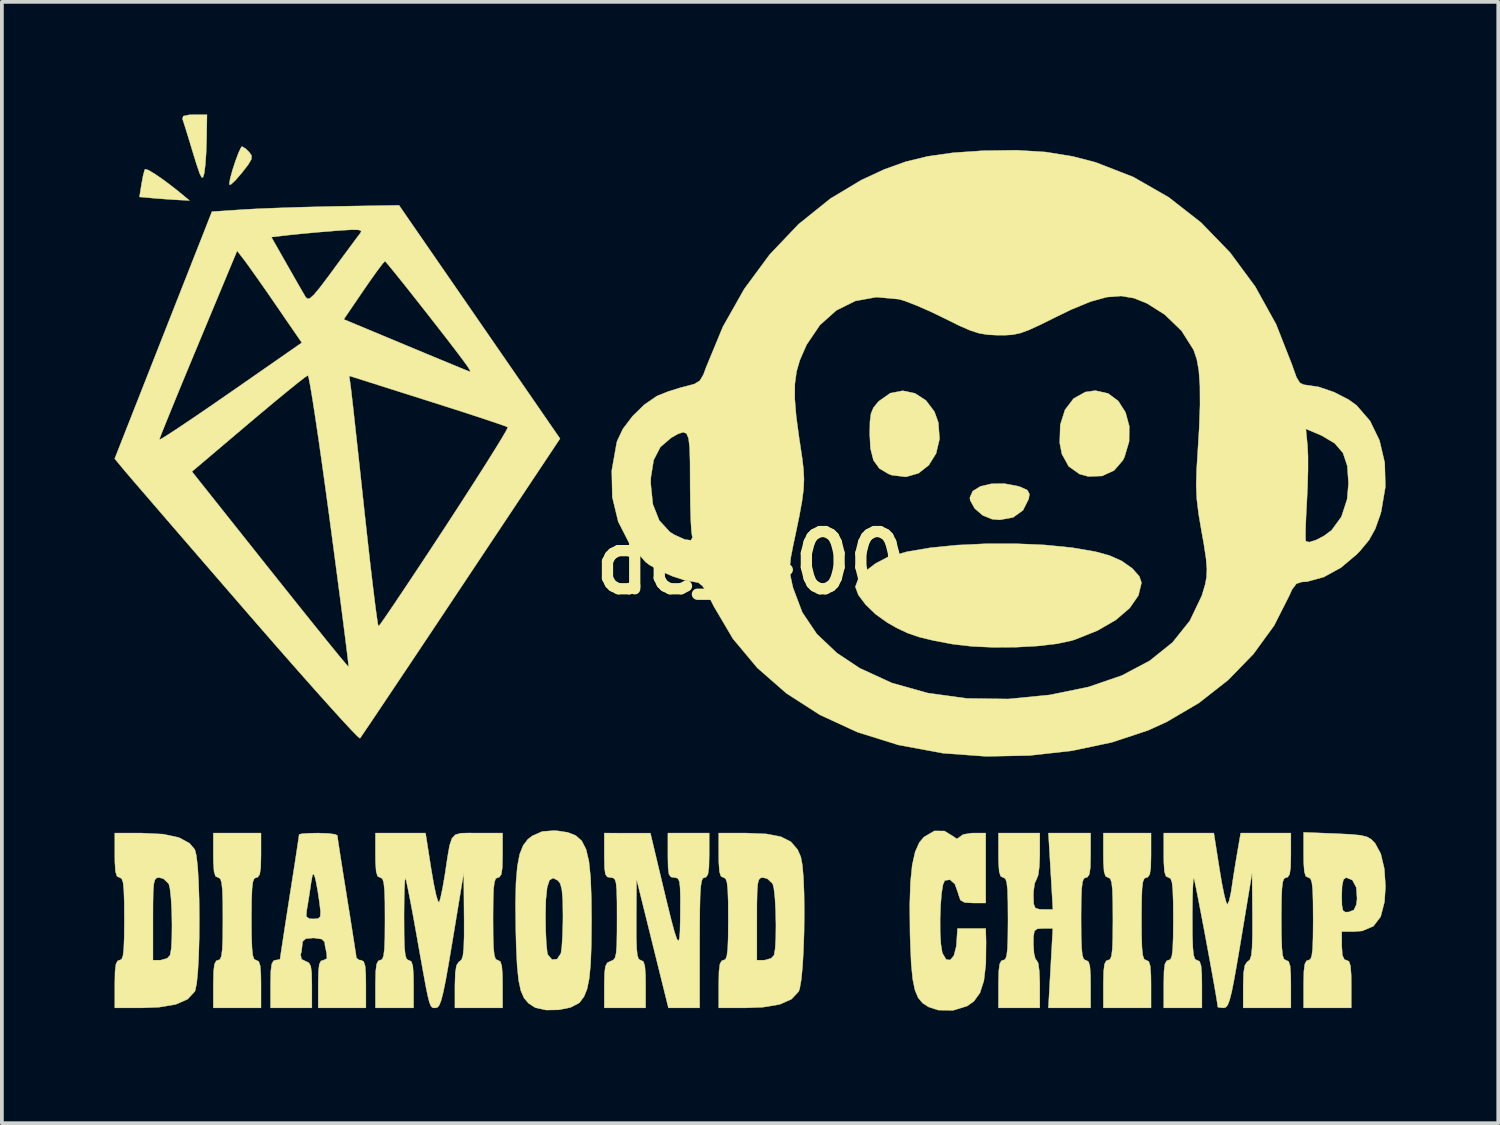
<source format=kicad_pcb>
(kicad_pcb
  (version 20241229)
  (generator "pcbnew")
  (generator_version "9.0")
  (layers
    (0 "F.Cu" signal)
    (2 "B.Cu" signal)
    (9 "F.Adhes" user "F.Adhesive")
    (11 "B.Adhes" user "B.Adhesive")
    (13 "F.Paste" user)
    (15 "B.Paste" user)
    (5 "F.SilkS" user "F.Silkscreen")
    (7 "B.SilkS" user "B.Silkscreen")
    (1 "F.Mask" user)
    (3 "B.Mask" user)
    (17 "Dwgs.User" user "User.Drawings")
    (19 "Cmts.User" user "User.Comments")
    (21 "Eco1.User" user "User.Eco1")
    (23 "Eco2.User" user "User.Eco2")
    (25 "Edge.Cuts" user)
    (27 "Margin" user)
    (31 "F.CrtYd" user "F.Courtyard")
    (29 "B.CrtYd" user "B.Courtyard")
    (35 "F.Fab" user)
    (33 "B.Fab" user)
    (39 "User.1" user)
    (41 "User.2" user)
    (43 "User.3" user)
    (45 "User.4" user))
  (footprint "dc_400"
    (layer "F.Cu")
    (at 16.941 11.943)
    (property "Reference" "dc_400" (at 0 0 0) (layer "F.SilkS") (effects (font (size 1.524 1.524) (thickness 0.3))))
    (attr through_hole)
    (fp_poly (pts (xy -16.04 -10.463) (xy -15.855 -10.352) (xy -15.603 -10.177) (xy -15.315 -9.957) (xy -15.198 -9.862) (xy -14.944 -9.653) (xy -15.24 -9.667) (xy -15.524 -9.685) (xy -15.847 -9.709) (xy -15.906 -9.714) (xy -16.276 -9.747) (xy -16.22 -10.099) (xy -16.177 -10.325) (xy -16.137 -10.468) (xy -16.127 -10.487) (xy -16.04 -10.463)) (stroke (width 0.01) (type solid)) (fill yes) (layer "F.SilkS"))
    (fp_poly (pts (xy -13.45 -11.035) (xy -13.355 -10.943) (xy -13.291 -10.851) (xy -13.295 -10.752) (xy -13.38 -10.607) (xy -13.554 -10.383) (xy -13.723 -10.188) (xy -13.842 -10.079) (xy -13.885 -10.079) (xy -13.861 -10.232) (xy -13.799 -10.46) (xy -13.717 -10.711) (xy -13.634 -10.932) (xy -13.567 -11.07) (xy -13.544 -11.091) (xy -13.45 -11.035)) (stroke (width 0.01) (type solid)) (fill yes) (layer "F.SilkS"))
    (fp_poly (pts (xy 7.12 -2.044) (xy 7.191 -2.021) (xy 7.373 -1.939) (xy 7.429 -1.834) (xy 7.41 -1.704) (xy 7.258 -1.401) (xy 6.994 -1.211) (xy 6.638 -1.146) (xy 6.435 -1.164) (xy 6.183 -1.266) (xy 5.971 -1.449) (xy 5.852 -1.664) (xy 5.842 -1.737) (xy 5.918 -1.911) (xy 6.121 -2.037) (xy 6.414 -2.107) (xy 6.759 -2.112) (xy 7.12 -2.044)) (stroke (width 0.01) (type solid)) (fill yes) (layer "F.SilkS"))
    (fp_poly (pts (xy -14.488 -11.282) (xy -14.5 -10.927) (xy -14.522 -10.607) (xy -14.55 -10.385) (xy -14.553 -10.372) (xy -14.583 -10.273) (xy -14.619 -10.267) (xy -14.672 -10.371) (xy -14.752 -10.605) (xy -14.848 -10.916) (xy -14.955 -11.269) (xy -15.047 -11.568) (xy -15.111 -11.769) (xy -15.131 -11.826) (xy -15.109 -11.901) (xy -14.954 -11.934) (xy -14.826 -11.938) (xy -14.478 -11.938) (xy -14.488 -11.282)) (stroke (width 0.01) (type solid)) (fill yes) (layer "F.SilkS"))
    (fp_poly (pts (xy 9.524 -4.514) (xy 9.797 -4.31) (xy 9.989 -4.008) (xy 10.089 -3.639) (xy 10.084 -3.233) (xy 9.962 -2.821) (xy 9.919 -2.733) (xy 9.686 -2.463) (xy 9.365 -2.315) (xy 8.997 -2.301) (xy 8.763 -2.366) (xy 8.474 -2.571) (xy 8.293 -2.901) (xy 8.236 -3.195) (xy 8.25 -3.678) (xy 8.377 -4.078) (xy 8.604 -4.376) (xy 8.917 -4.551) (xy 9.183 -4.589) (xy 9.524 -4.514)) (stroke (width 0.01) (type solid)) (fill yes) (layer "F.SilkS"))
    (fp_poly (pts (xy 4.382 -4.516) (xy 4.674 -4.326) (xy 4.899 -4.028) (xy 5.002 -3.741) (xy 5.035 -3.302) (xy 4.943 -2.915) (xy 4.749 -2.603) (xy 4.474 -2.387) (xy 4.139 -2.291) (xy 3.765 -2.336) (xy 3.683 -2.366) (xy 3.433 -2.514) (xy 3.275 -2.732) (xy 3.194 -3.052) (xy 3.175 -3.432) (xy 3.181 -3.763) (xy 3.209 -3.978) (xy 3.273 -4.132) (xy 3.39 -4.277) (xy 3.424 -4.312) (xy 3.723 -4.521) (xy 4.054 -4.585) (xy 4.382 -4.516)) (stroke (width 0.01) (type solid)) (fill yes) (layer "F.SilkS"))
    (fp_poly (pts (xy 7.847 -0.477) (xy 8.562 -0.406) (xy 9.183 -0.3) (xy 9.564 -0.196) (xy 9.893 -0.048) (xy 10.17 0.148) (xy 10.356 0.358) (xy 10.414 0.528) (xy 10.332 0.869) (xy 10.098 1.205) (xy 9.729 1.521) (xy 9.24 1.804) (xy 8.65 2.04) (xy 8.551 2.071) (xy 8.159 2.155) (xy 7.649 2.214) (xy 7.069 2.246) (xy 6.469 2.25) (xy 5.897 2.224) (xy 5.403 2.167) (xy 5.376 2.163) (xy 4.877 2.069) (xy 4.496 1.977) (xy 4.186 1.871) (xy 3.896 1.734) (xy 3.642 1.589) (xy 3.33 1.366) (xy 3.063 1.108) (xy 2.873 0.855) (xy 2.794 0.643) (xy 2.794 0.629) (xy 2.866 0.44) (xy 3.057 0.225) (xy 3.325 0.019) (xy 3.633 -0.143) (xy 3.672 -0.158) (xy 4.17 -0.298) (xy 4.796 -0.404) (xy 5.513 -0.475) (xy 6.286 -0.511) (xy 7.076 -0.511) (xy 7.847 -0.477)) (stroke (width 0.01) (type solid)) (fill yes) (layer "F.SilkS"))
    (fp_poly (pts (xy -13.039 7.789) (xy -13.046 8.111) (xy -13.073 8.296) (xy -13.126 8.373) (xy -13.166 8.382) (xy -13.219 8.407) (xy -13.255 8.497) (xy -13.277 8.678) (xy -13.289 8.975) (xy -13.293 9.413) (xy -13.293 9.483) (xy -13.29 9.941) (xy -13.279 10.255) (xy -13.259 10.45) (xy -13.224 10.551) (xy -13.174 10.583) (xy -13.166 10.583) (xy -13.099 10.617) (xy -13.059 10.737) (xy -13.042 10.975) (xy -13.039 11.218) (xy -13.039 11.853) (xy -14.309 11.853) (xy -14.309 11.218) (xy -14.302 10.883) (xy -14.278 10.687) (xy -14.23 10.598) (xy -14.182 10.583) (xy -14.129 10.559) (xy -14.093 10.469) (xy -14.07 10.287) (xy -14.058 9.99) (xy -14.055 9.553) (xy -14.055 9.483) (xy -14.057 9.024) (xy -14.068 8.71) (xy -14.089 8.515) (xy -14.123 8.414) (xy -14.174 8.382) (xy -14.182 8.382) (xy -14.251 8.347) (xy -14.29 8.222) (xy -14.307 7.975) (xy -14.309 7.789) (xy -14.309 7.197) (xy -13.039 7.197) (xy -13.039 7.789)) (stroke (width 0.01) (type solid)) (fill yes) (layer "F.SilkS"))
    (fp_poly (pts (xy 10.668 7.789) (xy 10.661 8.111) (xy 10.634 8.296) (xy 10.581 8.373) (xy 10.541 8.382) (xy 10.488 8.407) (xy 10.452 8.497) (xy 10.429 8.678) (xy 10.418 8.975) (xy 10.414 9.413) (xy 10.414 9.483) (xy 10.417 9.941) (xy 10.427 10.255) (xy 10.448 10.45) (xy 10.482 10.551) (xy 10.533 10.583) (xy 10.541 10.583) (xy 10.608 10.617) (xy 10.647 10.737) (xy 10.665 10.975) (xy 10.668 11.218) (xy 10.668 11.853) (xy 9.398 11.853) (xy 9.398 11.218) (xy 9.405 10.883) (xy 9.429 10.687) (xy 9.476 10.598) (xy 9.525 10.583) (xy 9.578 10.559) (xy 9.614 10.469) (xy 9.637 10.287) (xy 9.648 9.99) (xy 9.652 9.553) (xy 9.652 9.483) (xy 9.649 9.024) (xy 9.639 8.71) (xy 9.618 8.515) (xy 9.584 8.414) (xy 9.533 8.382) (xy 9.525 8.382) (xy 9.456 8.347) (xy 9.417 8.222) (xy 9.4 7.975) (xy 9.398 7.789) (xy 9.398 7.197) (xy 10.668 7.197) (xy 10.668 7.789)) (stroke (width 0.01) (type solid)) (fill yes) (layer "F.SilkS"))
    (fp_poly (pts (xy 5.165 7.142) (xy 5.361 7.26) (xy 5.496 7.351) (xy 5.563 7.308) (xy 5.565 7.303) (xy 5.668 7.233) (xy 5.88 7.198) (xy 5.934 7.197) (xy 6.265 7.197) (xy 6.265 9.059) (xy 5.925 9.059) (xy 5.702 9.046) (xy 5.592 8.984) (xy 5.539 8.835) (xy 5.533 8.807) (xy 5.443 8.555) (xy 5.311 8.438) (xy 5.174 8.461) (xy 5.126 8.571) (xy 5.088 8.807) (xy 5.063 9.126) (xy 5.05 9.486) (xy 5.052 9.842) (xy 5.07 10.152) (xy 5.106 10.374) (xy 5.113 10.398) (xy 5.21 10.563) (xy 5.318 10.578) (xy 5.416 10.461) (xy 5.478 10.225) (xy 5.487 10.138) (xy 5.513 9.737) (xy 6.265 9.737) (xy 6.274 10.097) (xy 6.268 10.684) (xy 6.216 11.129) (xy 6.111 11.454) (xy 5.948 11.68) (xy 5.768 11.805) (xy 5.393 11.92) (xy 4.997 11.912) (xy 4.741 11.828) (xy 4.584 11.726) (xy 4.465 11.584) (xy 4.379 11.377) (xy 4.319 11.083) (xy 4.28 10.678) (xy 4.256 10.137) (xy 4.248 9.864) (xy 4.241 9.113) (xy 4.26 8.512) (xy 4.307 8.046) (xy 4.385 7.697) (xy 4.496 7.448) (xy 4.618 7.303) (xy 4.897 7.139) (xy 5.165 7.142)) (stroke (width 0.01) (type solid)) (fill yes) (layer "F.SilkS"))
    (fp_poly (pts (xy -5.143 7.137) (xy -4.87 7.178) (xy -4.657 7.261) (xy -4.496 7.403) (xy -4.382 7.625) (xy -4.305 7.945) (xy -4.26 8.381) (xy -4.239 8.952) (xy -4.234 9.525) (xy -4.24 10.178) (xy -4.259 10.685) (xy -4.296 11.068) (xy -4.353 11.349) (xy -4.434 11.551) (xy -4.542 11.697) (xy -4.572 11.726) (xy -4.795 11.842) (xy -5.109 11.905) (xy -5.441 11.911) (xy -5.719 11.851) (xy -5.757 11.833) (xy -5.913 11.731) (xy -6.031 11.594) (xy -6.117 11.399) (xy -6.177 11.123) (xy -6.216 10.741) (xy -6.241 10.23) (xy -6.252 9.779) (xy -6.256 9.423) (xy -5.461 9.423) (xy -5.455 9.803) (xy -5.44 10.13) (xy -5.417 10.359) (xy -5.4 10.435) (xy -5.287 10.566) (xy -5.152 10.554) (xy -5.052 10.403) (xy -5.049 10.393) (xy -5.026 10.227) (xy -5.009 9.94) (xy -4.998 9.582) (xy -4.996 9.387) (xy -5.002 8.978) (xy -5.025 8.708) (xy -5.067 8.544) (xy -5.126 8.464) (xy -5.258 8.395) (xy -5.354 8.45) (xy -5.417 8.64) (xy -5.452 8.977) (xy -5.461 9.423) (xy -6.256 9.423) (xy -6.26 9.072) (xy -6.247 8.513) (xy -6.211 8.083) (xy -6.149 7.76) (xy -6.056 7.526) (xy -5.93 7.361) (xy -5.813 7.271) (xy -5.55 7.155) (xy -5.236 7.131) (xy -5.143 7.137)) (stroke (width 0.01) (type solid)) (fill yes) (layer "F.SilkS"))
    (fp_poly (pts (xy -15.647 7.225) (xy -15.229 7.314) (xy -14.942 7.468) (xy -14.802 7.634) (xy -14.76 7.796) (xy -14.726 8.094) (xy -14.702 8.494) (xy -14.687 8.965) (xy -14.682 9.472) (xy -14.685 9.982) (xy -14.698 10.463) (xy -14.721 10.881) (xy -14.752 11.202) (xy -14.793 11.395) (xy -14.802 11.416) (xy -14.996 11.623) (xy -15.311 11.761) (xy -15.761 11.836) (xy -16.211 11.853) (xy -16.933 11.853) (xy -16.933 11.218) (xy -16.927 10.883) (xy -16.903 10.687) (xy -16.855 10.598) (xy -16.806 10.583) (xy -16.753 10.559) (xy -16.717 10.469) (xy -16.695 10.287) (xy -16.683 9.99) (xy -16.679 9.553) (xy -16.679 9.483) (xy -15.917 9.483) (xy -15.917 10.583) (xy -15.715 10.583) (xy -15.538 10.533) (xy -15.461 10.449) (xy -15.43 10.278) (xy -15.414 9.992) (xy -15.41 9.64) (xy -15.417 9.271) (xy -15.436 8.931) (xy -15.465 8.671) (xy -15.497 8.546) (xy -15.637 8.413) (xy -15.751 8.382) (xy -15.819 8.392) (xy -15.865 8.44) (xy -15.894 8.553) (xy -15.91 8.757) (xy -15.916 9.08) (xy -15.917 9.483) (xy -16.679 9.483) (xy -16.682 9.024) (xy -16.693 8.71) (xy -16.713 8.515) (xy -16.748 8.414) (xy -16.798 8.382) (xy -16.806 8.382) (xy -16.875 8.347) (xy -16.915 8.222) (xy -16.931 7.975) (xy -16.933 7.789) (xy -16.933 7.197) (xy -16.211 7.197) (xy -15.647 7.225)) (stroke (width 0.01) (type solid)) (fill yes) (layer "F.SilkS"))
    (fp_poly (pts (xy -0.106 7.197) (xy 0.419 7.219) (xy 0.805 7.292) (xy 1.075 7.428) (xy 1.254 7.636) (xy 1.34 7.832) (xy 1.381 8.049) (xy 1.41 8.39) (xy 1.427 8.82) (xy 1.432 9.305) (xy 1.427 9.811) (xy 1.411 10.302) (xy 1.386 10.745) (xy 1.351 11.105) (xy 1.308 11.348) (xy 1.283 11.416) (xy 1.09 11.622) (xy 0.776 11.761) (xy 0.326 11.836) (xy -0.124 11.853) (xy -0.847 11.853) (xy -0.847 11.218) (xy -0.84 10.883) (xy -0.816 10.687) (xy -0.768 10.598) (xy -0.72 10.583) (xy -0.667 10.559) (xy -0.631 10.469) (xy -0.608 10.287) (xy -0.596 9.99) (xy -0.593 9.553) (xy -0.593 9.483) (xy 0.169 9.483) (xy 0.169 10.583) (xy 0.372 10.583) (xy 0.549 10.533) (xy 0.626 10.449) (xy 0.656 10.278) (xy 0.673 9.992) (xy 0.677 9.64) (xy 0.669 9.271) (xy 0.651 8.931) (xy 0.622 8.671) (xy 0.59 8.546) (xy 0.449 8.413) (xy 0.336 8.382) (xy 0.268 8.392) (xy 0.221 8.44) (xy 0.192 8.553) (xy 0.177 8.757) (xy 0.17 9.08) (xy 0.169 9.483) (xy -0.593 9.483) (xy -0.595 9.024) (xy -0.606 8.71) (xy -0.627 8.515) (xy -0.661 8.414) (xy -0.712 8.382) (xy -0.72 8.382) (xy -0.789 8.347) (xy -0.828 8.222) (xy -0.845 7.975) (xy -0.847 7.789) (xy -0.847 7.197) (xy -0.106 7.197)) (stroke (width 0.01) (type solid)) (fill yes) (layer "F.SilkS"))
    (fp_poly (pts (xy 15.589 7.211) (xy 15.983 7.23) (xy 16.245 7.255) (xy 16.415 7.295) (xy 16.53 7.36) (xy 16.628 7.458) (xy 16.635 7.466) (xy 16.787 7.747) (xy 16.882 8.146) (xy 16.913 8.62) (xy 16.886 9.031) (xy 16.785 9.423) (xy 16.592 9.677) (xy 16.295 9.803) (xy 16.075 9.821) (xy 15.748 9.821) (xy 15.748 10.202) (xy 15.765 10.453) (xy 15.821 10.568) (xy 15.875 10.583) (xy 15.942 10.617) (xy 15.981 10.737) (xy 15.999 10.975) (xy 16.002 11.218) (xy 16.002 11.853) (xy 14.732 11.853) (xy 14.732 11.218) (xy 14.739 10.883) (xy 14.763 10.687) (xy 14.81 10.598) (xy 14.859 10.583) (xy 14.912 10.559) (xy 14.948 10.469) (xy 14.971 10.287) (xy 14.982 9.99) (xy 14.986 9.553) (xy 14.986 9.483) (xy 14.983 9.024) (xy 14.978 8.854) (xy 15.748 8.854) (xy 15.753 9.121) (xy 15.78 9.259) (xy 15.845 9.303) (xy 15.938 9.298) (xy 16.071 9.245) (xy 16.136 9.103) (xy 16.156 8.948) (xy 16.136 8.646) (xy 16.03 8.448) (xy 15.865 8.382) (xy 15.793 8.435) (xy 15.756 8.612) (xy 15.748 8.854) (xy 14.978 8.854) (xy 14.973 8.71) (xy 14.952 8.515) (xy 14.918 8.414) (xy 14.867 8.382) (xy 14.859 8.382) (xy 14.79 8.348) (xy 14.751 8.223) (xy 14.734 7.979) (xy 14.732 7.779) (xy 14.732 7.177) (xy 15.589 7.211)) (stroke (width 0.01) (type solid)) (fill yes) (layer "F.SilkS"))
    (fp_poly (pts (xy -1.101 7.789) (xy -1.108 8.111) (xy -1.135 8.296) (xy -1.188 8.373) (xy -1.228 8.382) (xy -1.271 8.402) (xy -1.303 8.477) (xy -1.326 8.627) (xy -1.342 8.873) (xy -1.35 9.234) (xy -1.354 9.731) (xy -1.355 10.118) (xy -1.355 11.853) (xy -2.187 11.853) (xy -3.036 8.424) (xy -3.042 9.504) (xy -3.042 9.957) (xy -3.033 10.266) (xy -3.013 10.456) (xy -2.978 10.554) (xy -2.927 10.583) (xy -2.921 10.583) (xy -2.854 10.617) (xy -2.815 10.737) (xy -2.797 10.975) (xy -2.794 11.218) (xy -2.794 11.853) (xy -3.895 11.853) (xy -3.895 11.253) (xy -3.889 10.935) (xy -3.866 10.747) (xy -3.815 10.651) (xy -3.726 10.608) (xy -3.725 10.608) (xy -3.656 10.579) (xy -3.608 10.516) (xy -3.579 10.39) (xy -3.563 10.174) (xy -3.557 9.839) (xy -3.556 9.473) (xy -3.557 9.026) (xy -3.565 8.721) (xy -3.582 8.531) (xy -3.613 8.43) (xy -3.663 8.389) (xy -3.725 8.382) (xy -3.814 8.366) (xy -3.865 8.294) (xy -3.889 8.129) (xy -3.895 7.837) (xy -3.895 7.789) (xy -3.895 7.197) (xy -3.281 7.198) (xy -2.667 7.198) (xy -2.38 8.404) (xy -2.229 9.035) (xy -2.112 9.509) (xy -2.024 9.835) (xy -1.961 10.02) (xy -1.919 10.072) (xy -1.893 10) (xy -1.879 9.811) (xy -1.873 9.514) (xy -1.871 9.335) (xy -1.869 8.922) (xy -1.876 8.649) (xy -1.895 8.488) (xy -1.933 8.409) (xy -1.994 8.384) (xy -2.032 8.382) (xy -2.121 8.366) (xy -2.172 8.294) (xy -2.195 8.129) (xy -2.201 7.837) (xy -2.201 7.789) (xy -2.201 7.197) (xy -1.101 7.197) (xy -1.101 7.789)) (stroke (width 0.01) (type solid)) (fill yes) (layer "F.SilkS"))
    (fp_poly (pts (xy 7.705 7.784) (xy 7.693 8.085) (xy 7.663 8.314) (xy 7.621 8.423) (xy 7.62 8.424) (xy 7.569 8.534) (xy 7.539 8.749) (xy 7.535 8.853) (xy 7.543 9.085) (xy 7.587 9.194) (xy 7.698 9.227) (xy 7.794 9.229) (xy 8.054 9.229) (xy 7.935 7.197) (xy 9.059 7.197) (xy 9.059 7.789) (xy 9.052 8.111) (xy 9.025 8.296) (xy 8.972 8.373) (xy 8.932 8.382) (xy 8.879 8.407) (xy 8.843 8.497) (xy 8.821 8.678) (xy 8.809 8.975) (xy 8.805 9.413) (xy 8.805 9.483) (xy 8.808 9.941) (xy 8.819 10.255) (xy 8.839 10.45) (xy 8.874 10.551) (xy 8.924 10.583) (xy 8.932 10.583) (xy 8.999 10.617) (xy 9.039 10.737) (xy 9.056 10.975) (xy 9.059 11.218) (xy 9.059 11.853) (xy 7.934 11.853) (xy 7.993 10.795) (xy 8.052 9.737) (xy 7.793 9.737) (xy 7.641 9.746) (xy 7.564 9.802) (xy 7.538 9.948) (xy 7.535 10.16) (xy 7.551 10.401) (xy 7.59 10.555) (xy 7.62 10.583) (xy 7.663 10.662) (xy 7.692 10.875) (xy 7.705 11.189) (xy 7.705 11.218) (xy 7.705 11.853) (xy 6.604 11.853) (xy 6.604 11.218) (xy 6.611 10.883) (xy 6.635 10.687) (xy 6.682 10.598) (xy 6.731 10.583) (xy 6.784 10.559) (xy 6.82 10.469) (xy 6.843 10.287) (xy 6.854 9.99) (xy 6.858 9.553) (xy 6.858 9.483) (xy 6.855 9.024) (xy 6.845 8.71) (xy 6.824 8.515) (xy 6.79 8.414) (xy 6.739 8.382) (xy 6.731 8.382) (xy 6.662 8.347) (xy 6.623 8.222) (xy 6.606 7.975) (xy 6.604 7.789) (xy 6.604 7.197) (xy 7.705 7.197) (xy 7.705 7.784)) (stroke (width 0.01) (type solid)) (fill yes) (layer "F.SilkS"))
    (fp_poly (pts (xy -11.247 7.206) (xy -11.062 7.231) (xy -11.006 7.26) (xy -10.993 7.36) (xy -10.957 7.6) (xy -10.902 7.952) (xy -10.833 8.39) (xy -10.753 8.886) (xy -10.753 8.89) (xy -10.673 9.386) (xy -10.604 9.825) (xy -10.549 10.178) (xy -10.512 10.419) (xy -10.499 10.52) (xy -10.499 10.52) (xy -10.43 10.576) (xy -10.372 10.583) (xy -10.305 10.617) (xy -10.265 10.737) (xy -10.248 10.975) (xy -10.245 11.218) (xy -10.245 11.853) (xy -11.515 11.853) (xy -11.515 11.218) (xy -11.509 10.888) (xy -11.487 10.693) (xy -11.442 10.603) (xy -11.378 10.583) (xy -11.282 10.539) (xy -11.292 10.393) (xy -11.334 10.196) (xy -11.344 10.097) (xy -11.422 10.021) (xy -11.629 9.991) (xy -11.642 9.991) (xy -11.847 10.01) (xy -11.929 10.085) (xy -11.938 10.153) (xy -11.962 10.358) (xy -11.985 10.438) (xy -11.958 10.557) (xy -11.858 10.607) (xy -11.766 10.649) (xy -11.714 10.741) (xy -11.69 10.921) (xy -11.684 11.23) (xy -11.684 11.253) (xy -11.684 11.853) (xy -12.785 11.853) (xy -12.785 11.218) (xy -12.778 10.883) (xy -12.754 10.687) (xy -12.706 10.598) (xy -12.658 10.583) (xy -12.545 10.563) (xy -12.531 10.547) (xy -12.518 10.456) (xy -12.483 10.224) (xy -12.43 9.877) (xy -12.363 9.441) (xy -12.359 9.417) (xy -11.834 9.417) (xy -11.754 9.477) (xy -11.645 9.483) (xy -11.518 9.474) (xy -11.46 9.421) (xy -11.454 9.282) (xy -11.483 9.038) (xy -11.528 8.738) (xy -11.577 8.476) (xy -11.599 8.382) (xy -11.636 8.284) (xy -11.667 8.315) (xy -11.701 8.493) (xy -11.716 8.594) (xy -11.761 8.895) (xy -11.805 9.165) (xy -11.821 9.25) (xy -11.834 9.417) (xy -12.359 9.417) (xy -12.285 8.943) (xy -12.277 8.89) (xy -12.198 8.387) (xy -12.129 7.944) (xy -12.075 7.587) (xy -12.038 7.342) (xy -12.023 7.235) (xy -12.023 7.233) (xy -11.946 7.214) (xy -11.746 7.201) (xy -11.515 7.197) (xy -11.247 7.206)) (stroke (width 0.01) (type solid)) (fill yes) (layer "F.SilkS"))
    (fp_poly (pts (xy 12.493 8.166) (xy 12.557 8.543) (xy 12.618 8.844) (xy 12.67 9.04) (xy 12.703 9.1) (xy 12.748 9.002) (xy 12.795 8.793) (xy 12.816 8.659) (xy 12.863 8.343) (xy 12.924 7.964) (xy 12.964 7.726) (xy 13.056 7.197) (xy 14.393 7.197) (xy 14.393 7.789) (xy 14.386 8.111) (xy 14.359 8.296) (xy 14.306 8.373) (xy 14.266 8.382) (xy 14.213 8.407) (xy 14.177 8.497) (xy 14.155 8.678) (xy 14.143 8.975) (xy 14.139 9.413) (xy 14.139 9.483) (xy 14.142 9.941) (xy 14.153 10.255) (xy 14.173 10.45) (xy 14.208 10.551) (xy 14.258 10.583) (xy 14.266 10.583) (xy 14.333 10.617) (xy 14.373 10.737) (xy 14.39 10.975) (xy 14.393 11.218) (xy 14.393 11.853) (xy 13.123 11.853) (xy 13.123 11.258) (xy 13.133 10.92) (xy 13.167 10.719) (xy 13.23 10.624) (xy 13.25 10.614) (xy 13.302 10.567) (xy 13.338 10.456) (xy 13.359 10.256) (xy 13.369 9.941) (xy 13.369 9.486) (xy 13.369 9.41) (xy 13.36 8.255) (xy 13.062 10.054) (xy 12.961 10.651) (xy 12.881 11.102) (xy 12.817 11.425) (xy 12.762 11.641) (xy 12.713 11.771) (xy 12.663 11.835) (xy 12.609 11.853) (xy 12.605 11.853) (xy 12.473 11.842) (xy 12.446 11.829) (xy 12.431 11.717) (xy 12.391 11.474) (xy 12.331 11.13) (xy 12.256 10.716) (xy 12.173 10.262) (xy 12.087 9.798) (xy 12.003 9.355) (xy 11.927 8.962) (xy 11.866 8.651) (xy 11.824 8.452) (xy 11.808 8.393) (xy 11.793 8.457) (xy 11.781 8.661) (xy 11.773 8.975) (xy 11.769 9.369) (xy 11.769 9.469) (xy 11.771 9.93) (xy 11.782 10.248) (xy 11.802 10.446) (xy 11.836 10.549) (xy 11.885 10.583) (xy 11.896 10.583) (xy 11.963 10.617) (xy 12.002 10.737) (xy 12.02 10.975) (xy 12.023 11.218) (xy 12.023 11.853) (xy 11.007 11.853) (xy 11.007 11.218) (xy 11.013 10.883) (xy 11.037 10.687) (xy 11.085 10.598) (xy 11.134 10.583) (xy 11.187 10.559) (xy 11.223 10.469) (xy 11.245 10.287) (xy 11.257 9.99) (xy 11.261 9.553) (xy 11.261 9.483) (xy 11.258 9.024) (xy 11.247 8.71) (xy 11.227 8.515) (xy 11.192 8.414) (xy 11.142 8.382) (xy 11.134 8.382) (xy 11.065 8.347) (xy 11.025 8.222) (xy 11.009 7.975) (xy 11.007 7.789) (xy 11.007 7.197) (xy 12.341 7.197) (xy 12.493 8.166)) (stroke (width 0.01) (type solid)) (fill yes) (layer "F.SilkS"))
    (fp_poly (pts (xy -7.272 7.197) (xy -6.604 7.197) (xy -6.604 7.789) (xy -6.611 8.111) (xy -6.638 8.296) (xy -6.691 8.373) (xy -6.731 8.382) (xy -6.784 8.407) (xy -6.82 8.497) (xy -6.843 8.678) (xy -6.854 8.975) (xy -6.858 9.413) (xy -6.858 9.483) (xy -6.855 9.941) (xy -6.845 10.255) (xy -6.824 10.45) (xy -6.79 10.551) (xy -6.739 10.583) (xy -6.731 10.583) (xy -6.664 10.617) (xy -6.625 10.737) (xy -6.607 10.975) (xy -6.604 11.218) (xy -6.604 11.853) (xy -7.874 11.853) (xy -7.874 11.258) (xy -7.864 10.92) (xy -7.831 10.719) (xy -7.767 10.624) (xy -7.747 10.614) (xy -7.695 10.567) (xy -7.66 10.457) (xy -7.639 10.257) (xy -7.629 9.943) (xy -7.629 9.488) (xy -7.63 9.41) (xy -7.639 8.255) (xy -7.936 10.054) (xy -8.037 10.654) (xy -8.117 11.106) (xy -8.183 11.43) (xy -8.238 11.647) (xy -8.288 11.777) (xy -8.337 11.839) (xy -8.386 11.853) (xy -8.438 11.854) (xy -8.48 11.842) (xy -8.517 11.798) (xy -8.554 11.703) (xy -8.597 11.535) (xy -8.65 11.276) (xy -8.718 10.906) (xy -8.808 10.405) (xy -8.896 9.906) (xy -8.982 9.427) (xy -9.061 9.008) (xy -9.126 8.677) (xy -9.172 8.462) (xy -9.193 8.389) (xy -9.206 8.455) (xy -9.217 8.66) (xy -9.225 8.975) (xy -9.229 9.369) (xy -9.229 9.469) (xy -9.226 9.93) (xy -9.216 10.248) (xy -9.195 10.446) (xy -9.162 10.549) (xy -9.112 10.583) (xy -9.102 10.583) (xy -9.035 10.617) (xy -8.995 10.737) (xy -8.978 10.975) (xy -8.975 11.218) (xy -8.975 11.853) (xy -9.991 11.853) (xy -9.991 11.218) (xy -9.984 10.883) (xy -9.96 10.687) (xy -9.912 10.598) (xy -9.864 10.583) (xy -9.811 10.559) (xy -9.775 10.469) (xy -9.752 10.287) (xy -9.74 9.99) (xy -9.737 9.553) (xy -9.737 9.483) (xy -9.739 9.024) (xy -9.75 8.71) (xy -9.771 8.515) (xy -9.805 8.414) (xy -9.856 8.382) (xy -9.864 8.382) (xy -9.933 8.347) (xy -9.972 8.222) (xy -9.989 7.975) (xy -9.991 7.789) (xy -9.991 7.197) (xy -8.656 7.197) (xy -8.503 8.173) (xy -8.439 8.543) (xy -8.379 8.83) (xy -8.328 9.005) (xy -8.293 9.042) (xy -8.293 9.041) (xy -8.254 8.91) (xy -8.202 8.66) (xy -8.146 8.338) (xy -8.133 8.255) (xy -8.068 7.818) (xy -8.015 7.521) (xy -7.953 7.337) (xy -7.86 7.239) (xy -7.714 7.2) (xy -7.494 7.195) (xy -7.272 7.197)) (stroke (width 0.01) (type solid)) (fill yes) (layer "F.SilkS"))
    (fp_poly (pts (xy -7.218 -6.418) (xy -5.074 -3.31) (xy -7.712 0.652) (xy -8.201 1.387) (xy -8.663 2.08) (xy -9.089 2.718) (xy -9.47 3.287) (xy -9.798 3.777) (xy -10.063 4.172) (xy -10.258 4.461) (xy -10.374 4.631) (xy -10.403 4.673) (xy -10.467 4.621) (xy -10.631 4.453) (xy -10.885 4.18) (xy -11.218 3.812) (xy -11.621 3.362) (xy -12.083 2.84) (xy -12.594 2.259) (xy -13.143 1.629) (xy -13.462 1.262) (xy -14.037 0.598) (xy -14.584 -0.034) (xy -15.093 -0.623) (xy -15.552 -1.154) (xy -15.95 -1.616) (xy -16.276 -1.994) (xy -16.519 -2.277) (xy -16.651 -2.432) (xy -14.879 -2.432) (xy -12.802 0.181) (xy -12.345 0.754) (xy -11.922 1.283) (xy -11.544 1.753) (xy -11.223 2.151) (xy -10.969 2.462) (xy -10.794 2.672) (xy -10.71 2.768) (xy -10.704 2.773) (xy -10.711 2.687) (xy -10.739 2.45) (xy -10.785 2.079) (xy -10.847 1.59) (xy -10.923 1) (xy -11.012 0.325) (xy -11.11 -0.417) (xy -11.204 -1.122) (xy -11.311 -1.91) (xy -11.413 -2.645) (xy -11.508 -3.309) (xy -11.594 -3.886) (xy -11.667 -4.36) (xy -11.726 -4.713) (xy -11.768 -4.93) (xy -11.784 -4.982) (xy -10.689 -4.982) (xy -10.642 -4.629) (xy -10.623 -4.463) (xy -10.587 -4.151) (xy -10.539 -3.714) (xy -10.48 -3.175) (xy -10.412 -2.556) (xy -10.339 -1.879) (xy -10.276 -1.291) (xy -10.2 -0.601) (xy -10.129 0.032) (xy -10.063 0.59) (xy -10.006 1.054) (xy -9.96 1.405) (xy -9.927 1.623) (xy -9.91 1.691) (xy -9.854 1.622) (xy -9.717 1.427) (xy -9.509 1.121) (xy -9.24 0.72) (xy -8.92 0.24) (xy -8.56 -0.304) (xy -8.171 -0.897) (xy -8.142 -0.941) (xy -7.754 -1.537) (xy -7.399 -2.088) (xy -7.086 -2.578) (xy -6.827 -2.991) (xy -6.63 -3.312) (xy -6.505 -3.525) (xy -6.464 -3.613) (xy -6.464 -3.614) (xy -6.554 -3.65) (xy -6.783 -3.73) (xy -7.129 -3.846) (xy -7.572 -3.991) (xy -8.089 -4.157) (xy -8.598 -4.319) (xy -10.689 -4.982) (xy -11.784 -4.982) (xy -11.788 -4.995) (xy -11.869 -4.943) (xy -12.059 -4.796) (xy -12.34 -4.569) (xy -12.694 -4.278) (xy -13.101 -3.937) (xy -13.366 -3.714) (xy -14.879 -2.432) (xy -16.651 -2.432) (xy -16.667 -2.451) (xy -16.702 -2.492) (xy -16.936 -2.776) (xy -16.737 -3.281) (xy -15.748 -3.281) (xy -15.682 -3.312) (xy -15.494 -3.429) (xy -15.204 -3.62) (xy -14.828 -3.872) (xy -14.385 -4.175) (xy -13.891 -4.516) (xy -13.849 -4.545) (xy -11.951 -5.865) (xy -12.379 -6.487) (xy -10.835 -6.487) (xy -9.164 -5.79) (xy -8.67 -5.584) (xy -8.231 -5.402) (xy -7.87 -5.253) (xy -7.61 -5.146) (xy -7.475 -5.092) (xy -7.462 -5.087) (xy -7.478 -5.14) (xy -7.546 -5.247) (xy -7.67 -5.417) (xy -7.865 -5.675) (xy -8.112 -5.997) (xy -8.393 -6.358) (xy -8.688 -6.735) (xy -8.979 -7.105) (xy -9.247 -7.443) (xy -9.474 -7.725) (xy -9.641 -7.929) (xy -9.728 -8.029) (xy -9.737 -8.036) (xy -9.798 -7.971) (xy -9.933 -7.793) (xy -10.121 -7.532) (xy -10.307 -7.262) (xy -10.835 -6.487) (xy -12.379 -6.487) (xy -12.625 -6.845) (xy -12.886 -7.224) (xy -13.13 -7.572) (xy -13.332 -7.857) (xy -13.467 -8.044) (xy -13.487 -8.069) (xy -13.675 -8.313) (xy -14.711 -5.825) (xy -14.964 -5.216) (xy -15.195 -4.658) (xy -15.395 -4.169) (xy -15.558 -3.769) (xy -15.675 -3.477) (xy -15.739 -3.311) (xy -15.748 -3.281) (xy -16.737 -3.281) (xy -15.641 -6.066) (xy -14.612 -8.678) (xy -12.764 -8.678) (xy -12.355 -7.959) (xy -12.168 -7.631) (xy -12.005 -7.346) (xy -11.888 -7.144) (xy -11.853 -7.084) (xy -11.804 -7.035) (xy -11.736 -7.047) (xy -11.631 -7.14) (xy -11.473 -7.33) (xy -11.243 -7.634) (xy -11.118 -7.804) (xy -10.868 -8.145) (xy -10.648 -8.442) (xy -10.482 -8.666) (xy -10.39 -8.787) (xy -10.386 -8.792) (xy -10.369 -8.844) (xy -10.439 -8.87) (xy -10.619 -8.874) (xy -10.935 -8.855) (xy -11.065 -8.845) (xy -11.479 -8.811) (xy -11.893 -8.773) (xy -12.232 -8.739) (xy -12.299 -8.732) (xy -12.764 -8.678) (xy -14.612 -8.678) (xy -14.346 -9.356) (xy -13.502 -9.412) (xy -13.136 -9.432) (xy -12.648 -9.452) (xy -12.083 -9.471) (xy -11.489 -9.487) (xy -11.01 -9.497) (xy -9.363 -9.525) (xy -7.218 -6.418)) (stroke (width 0.01) (type solid)) (fill yes) (layer "F.SilkS"))
    (fp_poly (pts (xy 7.869 -10.943) (xy 8.587 -10.826) (xy 9.19 -10.67) (xy 10.196 -10.278) (xy 11.137 -9.739) (xy 12 -9.065) (xy 12.773 -8.267) (xy 13.443 -7.36) (xy 13.999 -6.356) (xy 14.428 -5.266) (xy 14.442 -5.223) (xy 14.542 -4.943) (xy 14.634 -4.795) (xy 14.741 -4.743) (xy 14.774 -4.741) (xy 15.133 -4.688) (xy 15.543 -4.548) (xy 15.93 -4.349) (xy 16.142 -4.197) (xy 16.502 -3.781) (xy 16.754 -3.261) (xy 16.893 -2.666) (xy 16.91 -2.027) (xy 16.8 -1.376) (xy 16.773 -1.28) (xy 16.638 -0.901) (xy 16.474 -0.607) (xy 16.233 -0.317) (xy 16.148 -0.228) (xy 15.727 0.126) (xy 15.272 0.376) (xy 14.828 0.499) (xy 14.684 0.508) (xy 14.541 0.554) (xy 14.421 0.714) (xy 14.353 0.868) (xy 13.947 1.669) (xy 13.395 2.428) (xy 12.719 3.123) (xy 11.94 3.733) (xy 11.08 4.238) (xy 10.583 4.463) (xy 9.622 4.781) (xy 8.557 5.005) (xy 7.428 5.131) (xy 6.275 5.154) (xy 5.138 5.071) (xy 5.122 5.069) (xy 3.94 4.85) (xy 2.845 4.508) (xy 1.846 4.047) (xy 0.955 3.474) (xy 0.18 2.796) (xy -0.47 2.018) (xy -0.984 1.146) (xy -0.995 1.122) (xy -1.155 0.805) (xy -1.277 0.617) (xy -1.386 0.528) (xy -1.488 0.508) (xy -1.742 0.466) (xy -2.072 0.358) (xy -2.411 0.212) (xy -2.595 0.109) (xy 1.046 0.109) (xy 1.06 0.333) (xy 1.116 0.596) (xy 1.134 0.669) (xy 1.379 1.319) (xy 1.766 1.894) (xy 2.301 2.401) (xy 2.909 2.805) (xy 3.764 3.198) (xy 4.72 3.467) (xy 5.759 3.61) (xy 6.866 3.625) (xy 7.974 3.516) (xy 9.001 3.305) (xy 9.888 3.001) (xy 10.634 2.606) (xy 11.239 2.12) (xy 11.701 1.543) (xy 12.02 0.876) (xy 12.11 0.575) (xy 12.147 0.379) (xy 12.156 0.163) (xy 12.134 -0.11) (xy 12.078 -0.482) (xy 12.043 -0.679) (xy 14.782 -0.679) (xy 14.79 -0.575) (xy 14.79 -0.575) (xy 14.886 -0.553) (xy 15.067 -0.61) (xy 15.281 -0.723) (xy 15.476 -0.869) (xy 15.48 -0.873) (xy 15.739 -1.228) (xy 15.891 -1.695) (xy 15.928 -2.117) (xy 15.896 -2.583) (xy 15.781 -2.928) (xy 15.562 -3.184) (xy 15.216 -3.39) (xy 15.119 -3.432) (xy 14.792 -3.569) (xy 14.836 -3.118) (xy 14.849 -2.848) (xy 14.849 -2.465) (xy 14.837 -2.022) (xy 14.819 -1.651) (xy 14.798 -1.252) (xy 14.785 -0.916) (xy 14.782 -0.679) (xy 12.043 -0.679) (xy 12.019 -0.811) (xy 11.935 -1.304) (xy 11.887 -1.701) (xy 11.871 -2.073) (xy 11.883 -2.489) (xy 11.902 -2.794) (xy 11.95 -3.576) (xy 11.973 -4.21) (xy 11.97 -4.716) (xy 11.942 -5.116) (xy 11.886 -5.428) (xy 11.802 -5.673) (xy 11.798 -5.68) (xy 11.482 -6.18) (xy 11.033 -6.614) (xy 10.563 -6.911) (xy 10.216 -7.051) (xy 9.869 -7.109) (xy 9.493 -7.08) (xy 9.058 -6.96) (xy 8.536 -6.744) (xy 8.13 -6.547) (xy 7.718 -6.343) (xy 7.416 -6.204) (xy 7.184 -6.12) (xy 6.981 -6.077) (xy 6.768 -6.064) (xy 6.594 -6.064) (xy 6.326 -6.077) (xy 6.094 -6.114) (xy 5.851 -6.192) (xy 5.551 -6.323) (xy 5.182 -6.506) (xy 4.796 -6.693) (xy 4.423 -6.856) (xy 4.114 -6.976) (xy 3.956 -7.023) (xy 3.354 -7.079) (xy 2.792 -6.977) (xy 2.285 -6.725) (xy 1.847 -6.333) (xy 1.493 -5.81) (xy 1.314 -5.401) (xy 1.226 -5.097) (xy 1.181 -4.767) (xy 1.178 -4.379) (xy 1.217 -3.9) (xy 1.299 -3.295) (xy 1.319 -3.168) (xy 1.375 -2.795) (xy 1.411 -2.492) (xy 1.424 -2.222) (xy 1.411 -1.949) (xy 1.37 -1.636) (xy 1.299 -1.246) (xy 1.195 -0.743) (xy 1.141 -0.493) (xy 1.073 -0.144) (xy 1.046 0.109) (xy -2.595 0.109) (xy -2.695 0.053) (xy -2.795 -0.023) (xy -3.227 -0.516) (xy -3.524 -1.098) (xy -3.682 -1.753) (xy -3.689 -2.113) (xy -2.659 -2.113) (xy -2.602 -1.561) (xy -2.431 -1.13) (xy -2.148 -0.823) (xy -2.029 -0.749) (xy -1.754 -0.624) (xy -1.589 -0.601) (xy -1.544 -0.679) (xy -1.557 -0.727) (xy -1.575 -0.855) (xy -1.59 -1.119) (xy -1.602 -1.487) (xy -1.608 -1.926) (xy -1.609 -2.166) (xy -1.611 -2.693) (xy -1.622 -3.07) (xy -1.65 -3.314) (xy -1.704 -3.445) (xy -1.792 -3.481) (xy -1.921 -3.44) (xy -2.099 -3.341) (xy -2.113 -3.333) (xy -2.402 -3.085) (xy -2.58 -2.739) (xy -2.655 -2.276) (xy -2.659 -2.113) (xy -3.689 -2.113) (xy -3.696 -2.461) (xy -3.564 -3.205) (xy -3.552 -3.247) (xy -3.4 -3.568) (xy -3.142 -3.908) (xy -2.827 -4.216) (xy -2.501 -4.439) (xy -2.473 -4.453) (xy -2.19 -4.566) (xy -1.856 -4.67) (xy -1.742 -4.698) (xy -1.493 -4.765) (xy -1.349 -4.854) (xy -1.254 -5.016) (xy -1.182 -5.212) (xy -0.736 -6.29) (xy -0.167 -7.296) (xy 0.51 -8.213) (xy 1.279 -9.021) (xy 2.126 -9.702) (xy 2.957 -10.2) (xy 3.562 -10.481) (xy 4.137 -10.687) (xy 4.731 -10.831) (xy 5.393 -10.924) (xy 6.172 -10.978) (xy 6.201 -10.979) (xy 7.09 -10.992) (xy 7.869 -10.943)) (stroke (width 0.01) (type solid)) (fill yes) (layer "F.SilkS")))
  (gr_rect
    (start -3 -3)
    (end 36.858 26.868)
    (stroke (width 0.1) (type default))
    (fill no)
    (layer "Edge.Cuts")))
</source>
